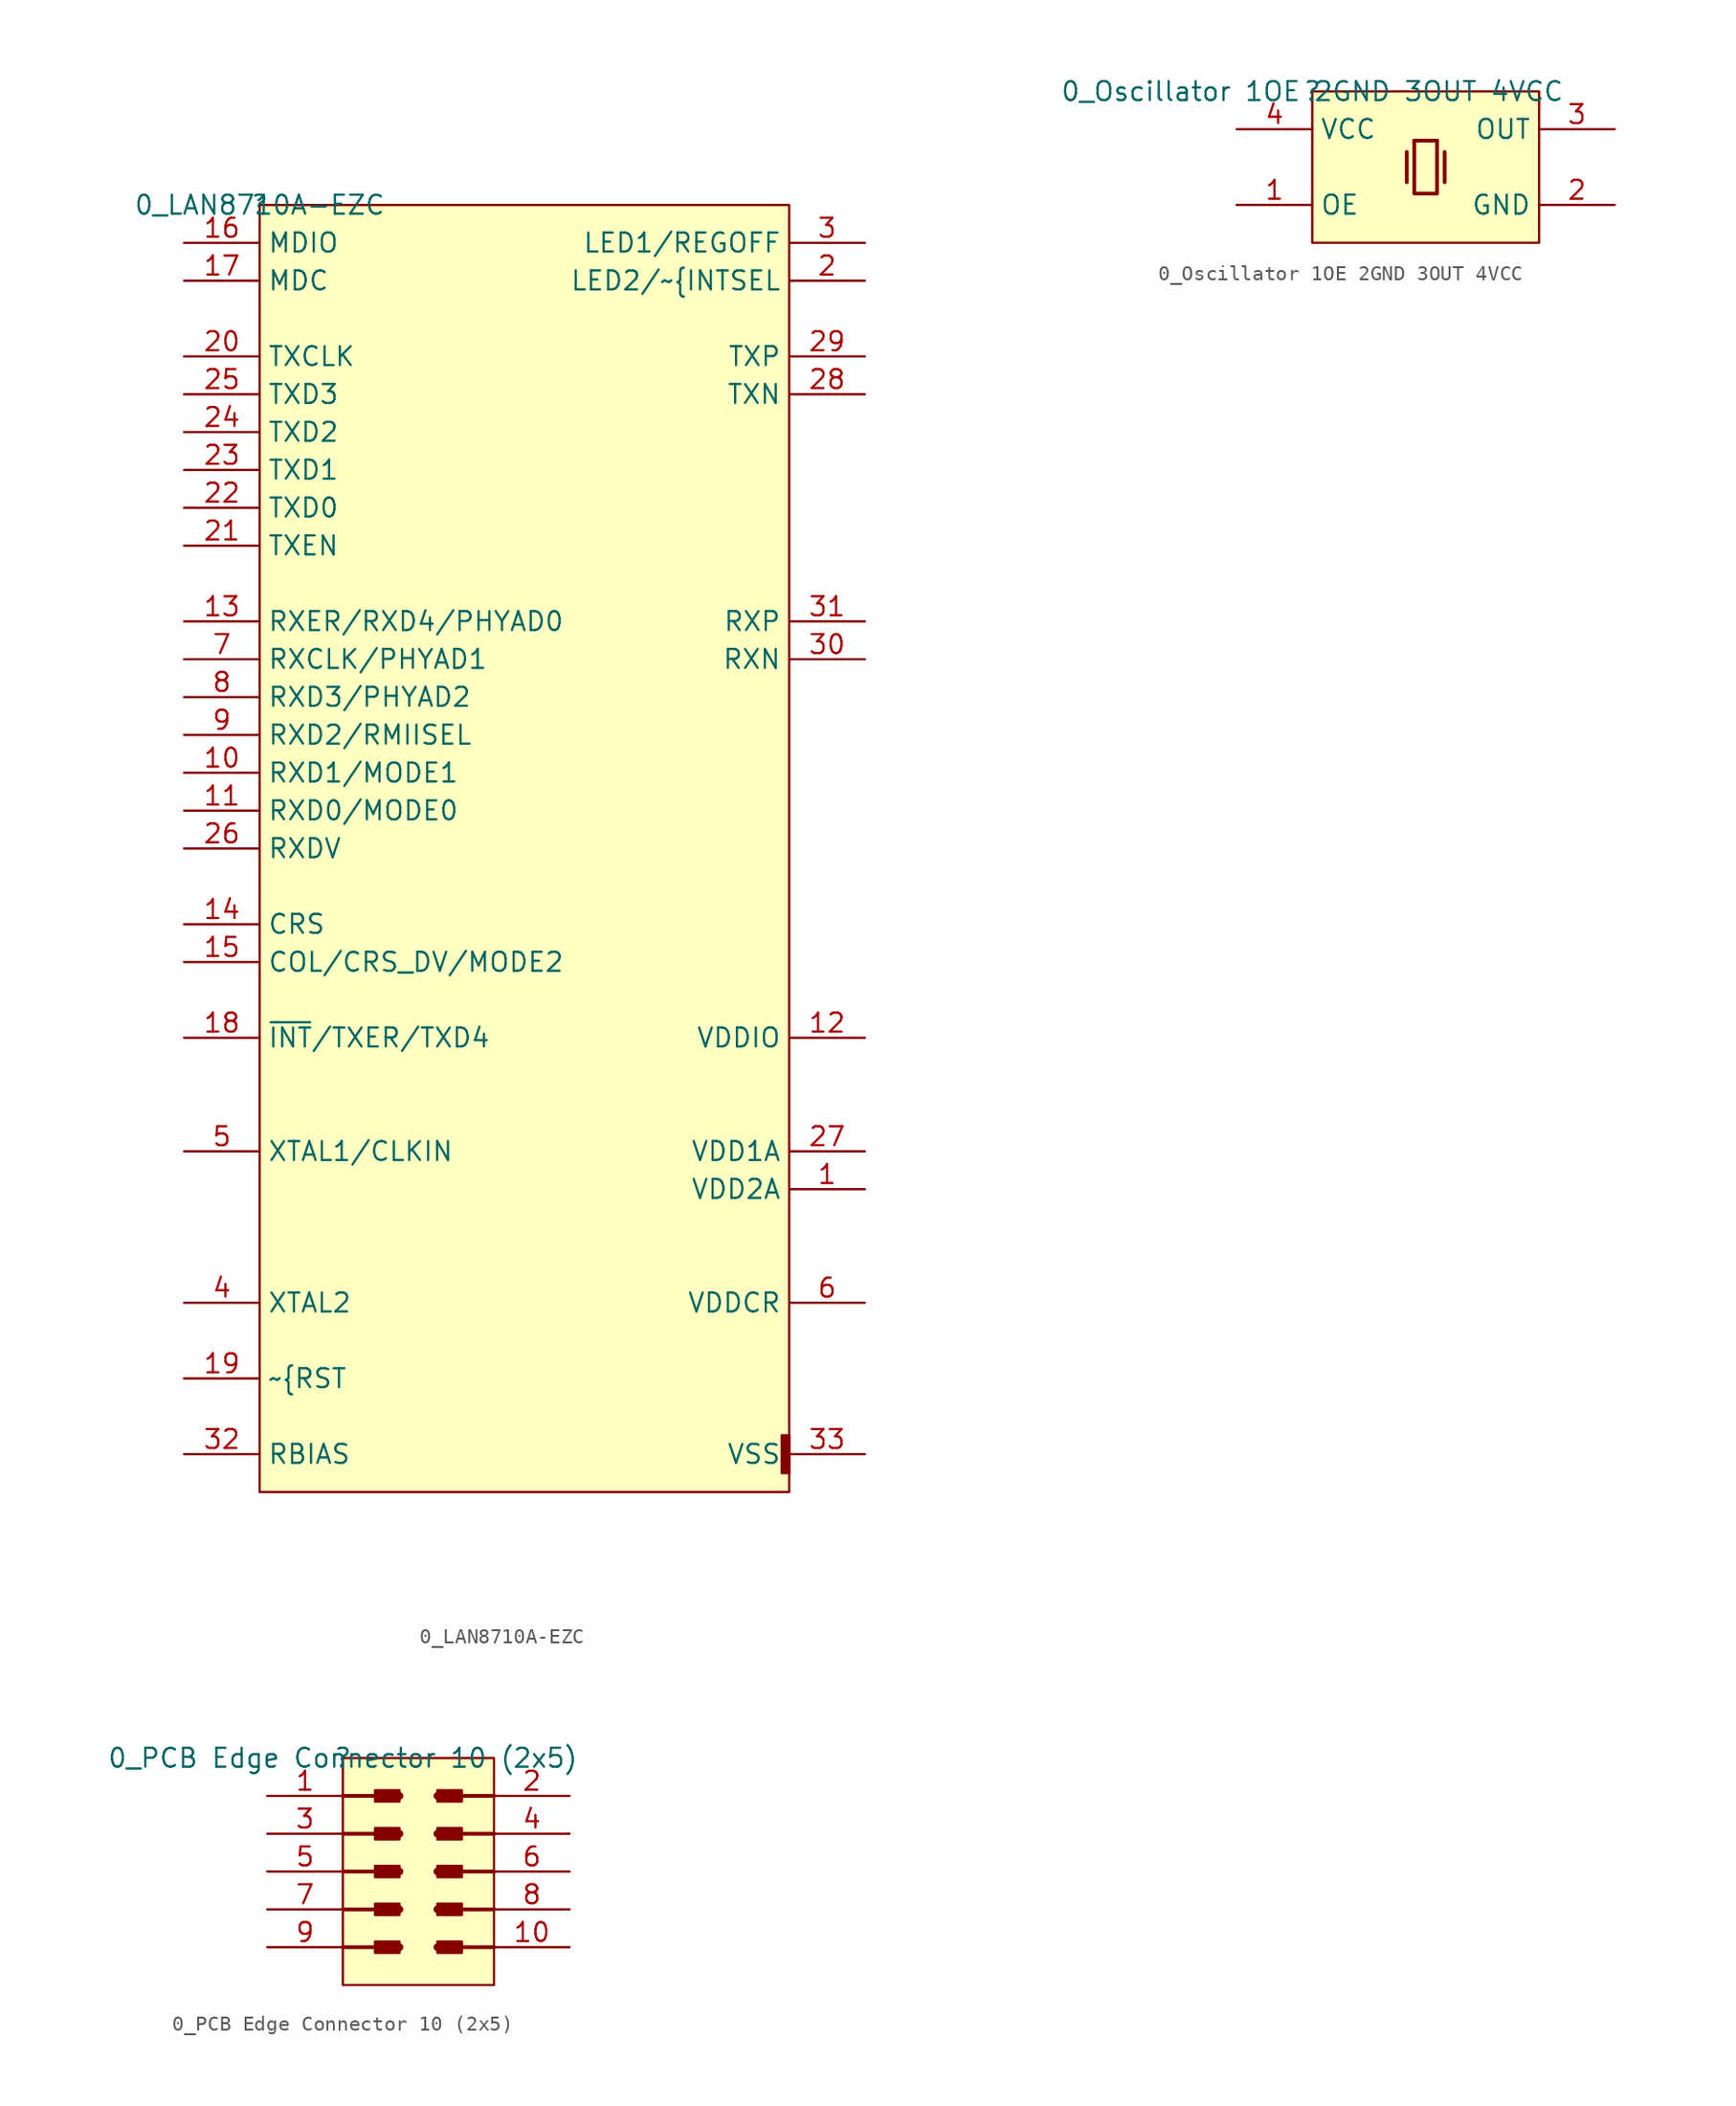
<source format=kicad_sym>
(kicad_symbol_lib
  (version 20220331)
  (generator kicad_symbol_editor)
  (symbol "0_LAN8710A-EZC"
    (property "Reference" ""
      (at 0 0 0)
      (effects (font (size 1.27 1.27))))
    (property "Value" "0_LAN8710A-EZC"
      (at 0 0 0)
      (effects (font (size 1.27 1.27))))
    (symbol "0_LAN8710A-EZC_1_0"
      (rectangle (start 35.56 -82.55) (end 35.052 -85.09) (stroke (width 0) (type solid)) (fill (type outline)))
      (rectangle (start 35.56 0) (end 0 -86.36) (stroke (width 0) (type solid)) (fill (type background)))
      (pin power_in line (at 40.64 -66.04 180) (length 5.08) (name "VDD2A" (effects (font (size 1.27 1.27)))) (number "1" (effects (font (size 1.27 1.27)))))
      (pin bidirectional line (at -5.08 -38.1 0) (length 5.08) (name "RXD1/MODE1" (effects (font (size 1.27 1.27)))) (number "10" (effects (font (size 1.27 1.27)))))
      (pin bidirectional line (at -5.08 -40.64 0) (length 5.08) (name "RXD0/MODE0" (effects (font (size 1.27 1.27)))) (number "11" (effects (font (size 1.27 1.27)))))
      (pin power_in line (at 40.64 -55.88 180) (length 5.08) (name "VDDIO" (effects (font (size 1.27 1.27)))) (number "12" (effects (font (size 1.27 1.27)))))
      (pin bidirectional line (at -5.08 -27.94 0) (length 5.08) (name "RXER/RXD4/PHYAD0" (effects (font (size 1.27 1.27)))) (number "13" (effects (font (size 1.27 1.27)))))
      (pin output line (at -5.08 -48.26 0) (length 5.08) (name "CRS" (effects (font (size 1.27 1.27)))) (number "14" (effects (font (size 1.27 1.27)))))
      (pin bidirectional line (at -5.08 -50.8 0) (length 5.08) (name "COL/CRS_DV/MODE2" (effects (font (size 1.27 1.27)))) (number "15" (effects (font (size 1.27 1.27)))))
      (pin bidirectional line (at -5.08 -2.54 0) (length 5.08) (name "MDIO" (effects (font (size 1.27 1.27)))) (number "16" (effects (font (size 1.27 1.27)))))
      (pin input line (at -5.08 -5.08 0) (length 5.08) (name "MDC" (effects (font (size 1.27 1.27)))) (number "17" (effects (font (size 1.27 1.27)))))
      (pin bidirectional line (at -5.08 -55.88 0) (length 5.08) (name "~{INT}/TXER/TXD4" (effects (font (size 1.27 1.27)))) (number "18" (effects (font (size 1.27 1.27)))))
      (pin input line (at -5.08 -78.74 0) (length 5.08) (name "~{RST" (effects (font (size 1.27 1.27)))) (number "19" (effects (font (size 1.27 1.27)))))
      (pin bidirectional line (at 40.64 -5.08 180) (length 5.08) (name "LED2/~{INTSEL" (effects (font (size 1.27 1.27)))) (number "2" (effects (font (size 1.27 1.27)))))
      (pin output line (at -5.08 -10.16 0) (length 5.08) (name "TXCLK" (effects (font (size 1.27 1.27)))) (number "20" (effects (font (size 1.27 1.27)))))
      (pin input line (at -5.08 -22.86 0) (length 5.08) (name "TXEN" (effects (font (size 1.27 1.27)))) (number "21" (effects (font (size 1.27 1.27)))))
      (pin input line (at -5.08 -20.32 0) (length 5.08) (name "TXD0" (effects (font (size 1.27 1.27)))) (number "22" (effects (font (size 1.27 1.27)))))
      (pin input line (at -5.08 -17.78 0) (length 5.08) (name "TXD1" (effects (font (size 1.27 1.27)))) (number "23" (effects (font (size 1.27 1.27)))))
      (pin input line (at -5.08 -15.24 0) (length 5.08) (name "TXD2" (effects (font (size 1.27 1.27)))) (number "24" (effects (font (size 1.27 1.27)))))
      (pin input line (at -5.08 -12.7 0) (length 5.08) (name "TXD3" (effects (font (size 1.27 1.27)))) (number "25" (effects (font (size 1.27 1.27)))))
      (pin output line (at -5.08 -43.18 0) (length 5.08) (name "RXDV" (effects (font (size 1.27 1.27)))) (number "26" (effects (font (size 1.27 1.27)))))
      (pin power_in line (at 40.64 -63.5 180) (length 5.08) (name "VDD1A" (effects (font (size 1.27 1.27)))) (number "27" (effects (font (size 1.27 1.27)))))
      (pin bidirectional line (at 40.64 -12.7 180) (length 5.08) (name "TXN" (effects (font (size 1.27 1.27)))) (number "28" (effects (font (size 1.27 1.27)))))
      (pin bidirectional line (at 40.64 -10.16 180) (length 5.08) (name "TXP" (effects (font (size 1.27 1.27)))) (number "29" (effects (font (size 1.27 1.27)))))
      (pin bidirectional line (at 40.64 -2.54 180) (length 5.08) (name "LED1/REGOFF" (effects (font (size 1.27 1.27)))) (number "3" (effects (font (size 1.27 1.27)))))
      (pin bidirectional line (at 40.64 -30.48 180) (length 5.08) (name "RXN" (effects (font (size 1.27 1.27)))) (number "30" (effects (font (size 1.27 1.27)))))
      (pin bidirectional line (at 40.64 -27.94 180) (length 5.08) (name "RXP" (effects (font (size 1.27 1.27)))) (number "31" (effects (font (size 1.27 1.27)))))
      (pin input line (at -5.08 -83.82 0) (length 5.08) (name "RBIAS" (effects (font (size 1.27 1.27)))) (number "32" (effects (font (size 1.27 1.27)))))
      (pin power_in line (at 40.64 -83.82 180) (length 5.08) (name "VSS" (effects (font (size 1.27 1.27)))) (number "33" (effects (font (size 1.27 1.27)))))
      (pin output line (at -5.08 -73.66 0) (length 5.08) (name "XTAL2" (effects (font (size 1.27 1.27)))) (number "4" (effects (font (size 1.27 1.27)))))
      (pin input line (at -5.08 -63.5 0) (length 5.08) (name "XTAL1/CLKIN" (effects (font (size 1.27 1.27)))) (number "5" (effects (font (size 1.27 1.27)))))
      (pin power_in line (at 40.64 -73.66 180) (length 5.08) (name "VDDCR" (effects (font (size 1.27 1.27)))) (number "6" (effects (font (size 1.27 1.27)))))
      (pin bidirectional line (at -5.08 -30.48 0) (length 5.08) (name "RXCLK/PHYAD1" (effects (font (size 1.27 1.27)))) (number "7" (effects (font (size 1.27 1.27)))))
      (pin bidirectional line (at -5.08 -33.02 0) (length 5.08) (name "RXD3/PHYAD2" (effects (font (size 1.27 1.27)))) (number "8" (effects (font (size 1.27 1.27)))))
      (pin bidirectional line (at -5.08 -35.56 0) (length 5.08) (name "RXD2/RMIISEL" (effects (font (size 1.27 1.27)))) (number "9" (effects (font (size 1.27 1.27)))))))
  (symbol "0_Oscillator 1OE 2GND 3OUT 4VCC"
    (property "Reference" ""
      (at 0 0 0)
      (effects (font (size 1.27 1.27))))
    (property "Value" "0_Oscillator 1OE 2GND 3OUT 4VCC"
      (at 0 0 0)
      (effects (font (size 1.27 1.27))))
    (symbol "0_Oscillator 1OE 2GND 3OUT 4VCC_1_0"
      (polyline (pts (xy 6.35 -4.064) (xy 6.35 -6.096)) (stroke (width 0.254) (type solid)) (fill (type none)))
      (polyline (pts (xy 6.858 -3.302) (xy 8.382 -3.302)) (stroke (width 0.254) (type solid)) (fill (type none)))
      (polyline (pts (xy 8.89 -4.064) (xy 8.89 -6.096)) (stroke (width 0.254) (type solid)) (fill (type none)))
      (polyline (pts (xy 8.382 -3.302) (xy 8.382 -6.858) (xy 6.858 -6.858) (xy 6.858 -3.302)) (stroke (width 0.254) (type solid)) (fill (type none)))
      (rectangle (start 15.24 0) (end 0 -10.16) (stroke (width 0) (type solid)) (fill (type background)))
      (pin input line (at -5.08 -7.62 0) (length 5.08) (name "OE" (effects (font (size 1.27 1.27)))) (number "1" (effects (font (size 1.27 1.27)))))
      (pin power_in line (at 20.32 -7.62 180) (length 5.08) (name "GND" (effects (font (size 1.27 1.27)))) (number "2" (effects (font (size 1.27 1.27)))))
      (pin output line (at 20.32 -2.54 180) (length 5.08) (name "OUT" (effects (font (size 1.27 1.27)))) (number "3" (effects (font (size 1.27 1.27)))))
      (pin power_in line (at -5.08 -2.54 0) (length 5.08) (name "VCC" (effects (font (size 1.27 1.27)))) (number "4" (effects (font (size 1.27 1.27)))))))
  (symbol "0_PCB Edge Connector 10 (2x5)"
    (property "Reference" ""
      (at 0 0 0)
      (effects (font (size 1.27 1.27))))
    (property "Value" "0_PCB Edge Connector 10 (2x5)"
      (at 0 0 0)
      (effects (font (size 1.27 1.27))))
    (symbol "0_PCB Edge Connector 10 (2x5)_1_0"
      (polyline (pts (xy 0 -12.7) (xy 2.54 -12.7)) (stroke (width 0.254) (type solid)) (fill (type none)))
      (polyline (pts (xy 0 -10.16) (xy 2.54 -10.16)) (stroke (width 0.254) (type solid)) (fill (type none)))
      (polyline (pts (xy 0 -7.62) (xy 2.54 -7.62)) (stroke (width 0.254) (type solid)) (fill (type none)))
      (polyline (pts (xy 0 -5.08) (xy 2.54 -5.08)) (stroke (width 0.254) (type solid)) (fill (type none)))
      (polyline (pts (xy 0 -2.54) (xy 2.54 -2.54)) (stroke (width 0.254) (type solid)) (fill (type none)))
      (polyline (pts (xy 3.81 -12.7) (xy 2.54 -12.7)) (stroke (width 0.508) (type solid)) (fill (type none)))
      (polyline (pts (xy 3.81 -10.16) (xy 2.54 -10.16)) (stroke (width 0.508) (type solid)) (fill (type none)))
      (polyline (pts (xy 3.81 -7.62) (xy 2.54 -7.62)) (stroke (width 0.508) (type solid)) (fill (type none)))
      (polyline (pts (xy 3.81 -5.08) (xy 2.54 -5.08)) (stroke (width 0.508) (type solid)) (fill (type none)))
      (polyline (pts (xy 3.81 -2.54) (xy 2.54 -2.54)) (stroke (width 0.508) (type solid)) (fill (type none)))
      (polyline (pts (xy 6.35 -12.7) (xy 7.62 -12.7)) (stroke (width 0.508) (type solid)) (fill (type none)))
      (polyline (pts (xy 6.35 -10.16) (xy 7.62 -10.16)) (stroke (width 0.508) (type solid)) (fill (type none)))
      (polyline (pts (xy 6.35 -7.62) (xy 7.62 -7.62)) (stroke (width 0.508) (type solid)) (fill (type none)))
      (polyline (pts (xy 6.35 -5.08) (xy 7.62 -5.08)) (stroke (width 0.508) (type solid)) (fill (type none)))
      (polyline (pts (xy 6.35 -2.54) (xy 7.62 -2.54)) (stroke (width 0.508) (type solid)) (fill (type none)))
      (polyline (pts (xy 10.16 -12.7) (xy 7.62 -12.7)) (stroke (width 0.254) (type solid)) (fill (type none)))
      (polyline (pts (xy 10.16 -10.16) (xy 7.62 -10.16)) (stroke (width 0.254) (type solid)) (fill (type none)))
      (polyline (pts (xy 10.16 -7.62) (xy 7.62 -7.62)) (stroke (width 0.254) (type solid)) (fill (type none)))
      (polyline (pts (xy 10.16 -5.08) (xy 7.62 -5.08)) (stroke (width 0.254) (type solid)) (fill (type none)))
      (polyline (pts (xy 10.16 -2.54) (xy 7.62 -2.54)) (stroke (width 0.254) (type solid)) (fill (type none)))
      (rectangle (start 3.81 -12.319) (end 2.159 -13.081) (stroke (width 0) (type solid)) (fill (type outline)))
      (rectangle (start 3.81 -9.779) (end 2.159 -10.541) (stroke (width 0) (type solid)) (fill (type outline)))
      (rectangle (start 3.81 -7.239) (end 2.159 -8.001) (stroke (width 0) (type solid)) (fill (type outline)))
      (rectangle (start 3.81 -4.699) (end 2.159 -5.461) (stroke (width 0) (type solid)) (fill (type outline)))
      (rectangle (start 3.81 -2.159) (end 2.159 -2.921) (stroke (width 0) (type solid)) (fill (type outline)))
      (rectangle (start 8.001 -12.319) (end 6.35 -13.081) (stroke (width 0) (type solid)) (fill (type outline)))
      (rectangle (start 8.001 -9.779) (end 6.35 -10.541) (stroke (width 0) (type solid)) (fill (type outline)))
      (rectangle (start 8.001 -7.239) (end 6.35 -8.001) (stroke (width 0) (type solid)) (fill (type outline)))
      (rectangle (start 8.001 -4.699) (end 6.35 -5.461) (stroke (width 0) (type solid)) (fill (type outline)))
      (rectangle (start 8.001 -2.159) (end 6.35 -2.921) (stroke (width 0) (type solid)) (fill (type outline)))
      (rectangle (start 10.16 0) (end 0 -15.24) (stroke (width 0) (type solid)) (fill (type background)))
      (pin bidirectional line (at -5.08 -2.54 0) (length 5.08) (name "1" (effects (font (size 0 0)))) (number "1" (effects (font (size 1.27 1.27)))))
      (pin bidirectional line (at 15.24 -12.7 180) (length 5.08) (name "10" (effects (font (size 0 0)))) (number "10" (effects (font (size 1.27 1.27)))))
      (pin bidirectional line (at 15.24 -2.54 180) (length 5.08) (name "2" (effects (font (size 0 0)))) (number "2" (effects (font (size 1.27 1.27)))))
      (pin bidirectional line (at -5.08 -5.08 0) (length 5.08) (name "3" (effects (font (size 0 0)))) (number "3" (effects (font (size 1.27 1.27)))))
      (pin bidirectional line (at 15.24 -5.08 180) (length 5.08) (name "4" (effects (font (size 0 0)))) (number "4" (effects (font (size 1.27 1.27)))))
      (pin bidirectional line (at -5.08 -7.62 0) (length 5.08) (name "5" (effects (font (size 0 0)))) (number "5" (effects (font (size 1.27 1.27)))))
      (pin bidirectional line (at 15.24 -7.62 180) (length 5.08) (name "6" (effects (font (size 0 0)))) (number "6" (effects (font (size 1.27 1.27)))))
      (pin bidirectional line (at -5.08 -10.16 0) (length 5.08) (name "7" (effects (font (size 0 0)))) (number "7" (effects (font (size 1.27 1.27)))))
      (pin bidirectional line (at 15.24 -10.16 180) (length 5.08) (name "8" (effects (font (size 0 0)))) (number "8" (effects (font (size 1.27 1.27)))))
      (pin bidirectional line (at -5.08 -12.7 0) (length 5.08) (name "9" (effects (font (size 0 0)))) (number "9" (effects (font (size 1.27 1.27))))))))
</source>
